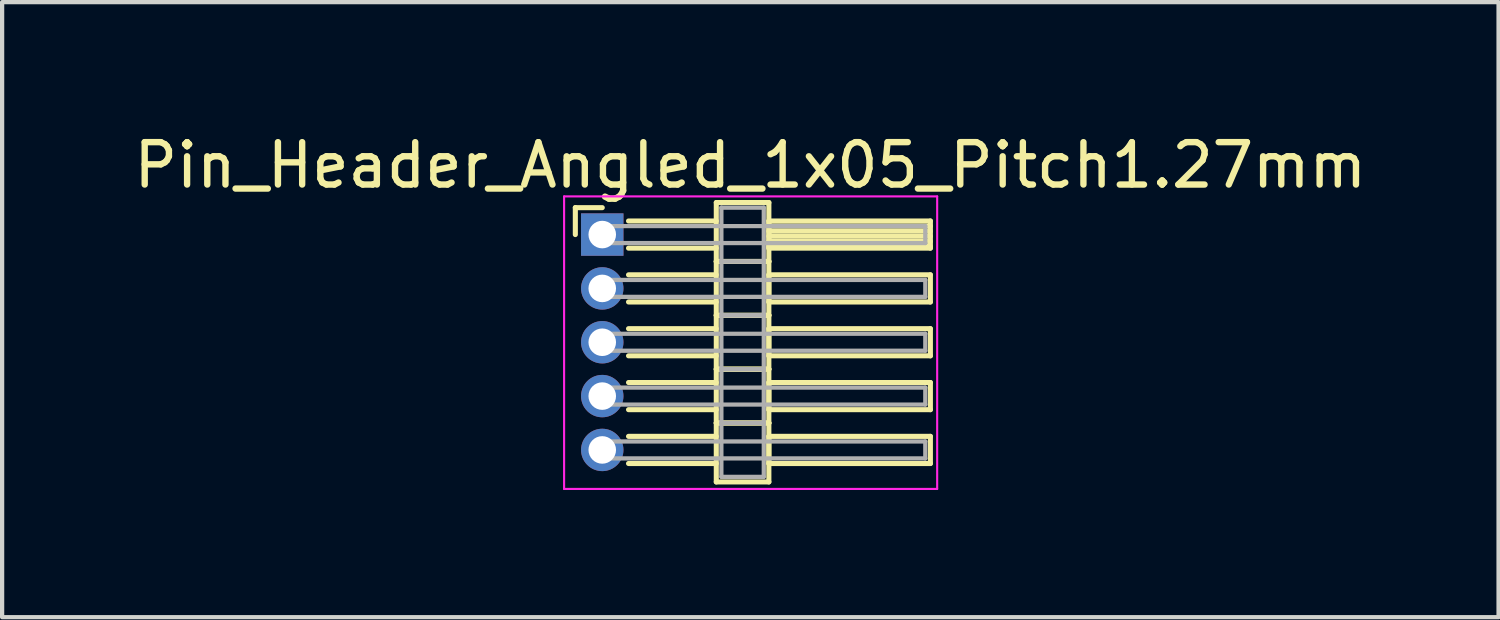
<source format=kicad_pcb>
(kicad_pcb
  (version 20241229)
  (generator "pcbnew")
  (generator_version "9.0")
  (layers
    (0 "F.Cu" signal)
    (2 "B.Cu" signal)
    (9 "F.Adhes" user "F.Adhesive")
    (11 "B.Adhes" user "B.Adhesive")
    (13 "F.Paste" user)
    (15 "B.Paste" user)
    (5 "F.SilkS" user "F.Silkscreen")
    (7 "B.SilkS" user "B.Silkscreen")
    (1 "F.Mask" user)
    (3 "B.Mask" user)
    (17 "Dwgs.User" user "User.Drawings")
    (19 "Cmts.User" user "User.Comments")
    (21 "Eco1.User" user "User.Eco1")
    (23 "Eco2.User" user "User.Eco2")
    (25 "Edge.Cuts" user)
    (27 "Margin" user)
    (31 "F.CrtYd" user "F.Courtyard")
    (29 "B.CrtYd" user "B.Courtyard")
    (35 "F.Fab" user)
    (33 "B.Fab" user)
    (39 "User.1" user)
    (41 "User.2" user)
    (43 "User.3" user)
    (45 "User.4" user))
  (footprint "Pin_Header_Angled_1x05_Pitch1.27mm"
    (layer "F.Cu")
    (at 11.156 2.483)
    (property "Reference" "Pin_Header_Angled_1x05_Pitch1.27mm" (at 3.493 -1.635 0) (layer "F.SilkS") (effects (font (size 1 1) (thickness 0.15))))
    (attr through_hole)
    (fp_line (start -0.635 -0.635) (end 0 -0.635) (stroke (width 0.12) (type solid)) (layer "F.SilkS"))
    (fp_line (start -0.635 0) (end -0.635 -0.635) (stroke (width 0.12) (type solid)) (layer "F.SilkS"))
    (fp_line (start 0.62 -0.32) (end 2.69 -0.32) (stroke (width 0.12) (type solid)) (layer "F.SilkS"))
    (fp_line (start 0.62 0.32) (end 2.69 0.32) (stroke (width 0.12) (type solid)) (layer "F.SilkS"))
    (fp_line (start 0.62 0.95) (end 2.69 0.95) (stroke (width 0.12) (type solid)) (layer "F.SilkS"))
    (fp_line (start 0.62 1.59) (end 2.69 1.59) (stroke (width 0.12) (type solid)) (layer "F.SilkS"))
    (fp_line (start 0.62 2.22) (end 2.69 2.22) (stroke (width 0.12) (type solid)) (layer "F.SilkS"))
    (fp_line (start 0.62 2.86) (end 2.69 2.86) (stroke (width 0.12) (type solid)) (layer "F.SilkS"))
    (fp_line (start 0.62 3.49) (end 2.69 3.49) (stroke (width 0.12) (type solid)) (layer "F.SilkS"))
    (fp_line (start 0.62 4.13) (end 2.69 4.13) (stroke (width 0.12) (type solid)) (layer "F.SilkS"))
    (fp_line (start 0.62 4.76) (end 2.69 4.76) (stroke (width 0.12) (type solid)) (layer "F.SilkS"))
    (fp_line (start 0.62 5.4) (end 2.69 5.4) (stroke (width 0.12) (type solid)) (layer "F.SilkS"))
    (fp_line (start 2.69 -0.755) (end 2.69 0.635) (stroke (width 0.12) (type solid)) (layer "F.SilkS"))
    (fp_line (start 2.69 0.635) (end 2.69 1.905) (stroke (width 0.12) (type solid)) (layer "F.SilkS"))
    (fp_line (start 2.69 0.635) (end 3.93 0.635) (stroke (width 0.12) (type solid)) (layer "F.SilkS"))
    (fp_line (start 2.69 1.905) (end 2.69 3.175) (stroke (width 0.12) (type solid)) (layer "F.SilkS"))
    (fp_line (start 2.69 1.905) (end 3.93 1.905) (stroke (width 0.12) (type solid)) (layer "F.SilkS"))
    (fp_line (start 2.69 3.175) (end 2.69 4.445) (stroke (width 0.12) (type solid)) (layer "F.SilkS"))
    (fp_line (start 2.69 3.175) (end 3.93 3.175) (stroke (width 0.12) (type solid)) (layer "F.SilkS"))
    (fp_line (start 2.69 4.445) (end 2.69 5.835) (stroke (width 0.12) (type solid)) (layer "F.SilkS"))
    (fp_line (start 2.69 4.445) (end 3.93 4.445) (stroke (width 0.12) (type solid)) (layer "F.SilkS"))
    (fp_line (start 2.69 5.835) (end 3.93 5.835) (stroke (width 0.12) (type solid)) (layer "F.SilkS"))
    (fp_line (start 3.93 -0.755) (end 2.69 -0.755) (stroke (width 0.12) (type solid)) (layer "F.SilkS"))
    (fp_line (start 3.93 -0.32) (end 3.93 0.32) (stroke (width 0.12) (type solid)) (layer "F.SilkS"))
    (fp_line (start 3.93 -0.2) (end 7.74 -0.2) (stroke (width 0.12) (type solid)) (layer "F.SilkS"))
    (fp_line (start 3.93 -0.08) (end 7.74 -0.08) (stroke (width 0.12) (type solid)) (layer "F.SilkS"))
    (fp_line (start 3.93 0.04) (end 7.74 0.04) (stroke (width 0.12) (type solid)) (layer "F.SilkS"))
    (fp_line (start 3.93 0.16) (end 7.74 0.16) (stroke (width 0.12) (type solid)) (layer "F.SilkS"))
    (fp_line (start 3.93 0.28) (end 7.74 0.28) (stroke (width 0.12) (type solid)) (layer "F.SilkS"))
    (fp_line (start 3.93 0.32) (end 7.74 0.32) (stroke (width 0.12) (type solid)) (layer "F.SilkS"))
    (fp_line (start 3.93 0.635) (end 2.69 0.635) (stroke (width 0.12) (type solid)) (layer "F.SilkS"))
    (fp_line (start 3.93 0.635) (end 3.93 -0.755) (stroke (width 0.12) (type solid)) (layer "F.SilkS"))
    (fp_line (start 3.93 0.95) (end 3.93 1.59) (stroke (width 0.12) (type solid)) (layer "F.SilkS"))
    (fp_line (start 3.93 1.59) (end 7.74 1.59) (stroke (width 0.12) (type solid)) (layer "F.SilkS"))
    (fp_line (start 3.93 1.905) (end 2.69 1.905) (stroke (width 0.12) (type solid)) (layer "F.SilkS"))
    (fp_line (start 3.93 1.905) (end 3.93 0.635) (stroke (width 0.12) (type solid)) (layer "F.SilkS"))
    (fp_line (start 3.93 2.22) (end 3.93 2.86) (stroke (width 0.12) (type solid)) (layer "F.SilkS"))
    (fp_line (start 3.93 2.86) (end 7.74 2.86) (stroke (width 0.12) (type solid)) (layer "F.SilkS"))
    (fp_line (start 3.93 3.175) (end 2.69 3.175) (stroke (width 0.12) (type solid)) (layer "F.SilkS"))
    (fp_line (start 3.93 3.175) (end 3.93 1.905) (stroke (width 0.12) (type solid)) (layer "F.SilkS"))
    (fp_line (start 3.93 3.49) (end 3.93 4.13) (stroke (width 0.12) (type solid)) (layer "F.SilkS"))
    (fp_line (start 3.93 4.13) (end 7.74 4.13) (stroke (width 0.12) (type solid)) (layer "F.SilkS"))
    (fp_line (start 3.93 4.445) (end 2.69 4.445) (stroke (width 0.12) (type solid)) (layer "F.SilkS"))
    (fp_line (start 3.93 4.445) (end 3.93 3.175) (stroke (width 0.12) (type solid)) (layer "F.SilkS"))
    (fp_line (start 3.93 4.76) (end 3.93 5.4) (stroke (width 0.12) (type solid)) (layer "F.SilkS"))
    (fp_line (start 3.93 5.4) (end 7.74 5.4) (stroke (width 0.12) (type solid)) (layer "F.SilkS"))
    (fp_line (start 3.93 5.835) (end 3.93 4.445) (stroke (width 0.12) (type solid)) (layer "F.SilkS"))
    (fp_line (start 7.74 -0.32) (end 3.93 -0.32) (stroke (width 0.12) (type solid)) (layer "F.SilkS"))
    (fp_line (start 7.74 0.32) (end 7.74 -0.32) (stroke (width 0.12) (type solid)) (layer "F.SilkS"))
    (fp_line (start 7.74 0.95) (end 3.93 0.95) (stroke (width 0.12) (type solid)) (layer "F.SilkS"))
    (fp_line (start 7.74 1.59) (end 7.74 0.95) (stroke (width 0.12) (type solid)) (layer "F.SilkS"))
    (fp_line (start 7.74 2.22) (end 3.93 2.22) (stroke (width 0.12) (type solid)) (layer "F.SilkS"))
    (fp_line (start 7.74 2.86) (end 7.74 2.22) (stroke (width 0.12) (type solid)) (layer "F.SilkS"))
    (fp_line (start 7.74 3.49) (end 3.93 3.49) (stroke (width 0.12) (type solid)) (layer "F.SilkS"))
    (fp_line (start 7.74 4.13) (end 7.74 3.49) (stroke (width 0.12) (type solid)) (layer "F.SilkS"))
    (fp_line (start 7.74 4.76) (end 3.93 4.76) (stroke (width 0.12) (type solid)) (layer "F.SilkS"))
    (fp_line (start 7.74 5.4) (end 7.74 4.76) (stroke (width 0.12) (type solid)) (layer "F.SilkS"))
    (fp_line (start -0.9 -0.9) (end -0.9 6) (stroke (width 0.05) (type solid)) (layer "F.CrtYd"))
    (fp_line (start -0.9 6) (end 7.9 6) (stroke (width 0.05) (type solid)) (layer "F.CrtYd"))
    (fp_line (start 7.9 -0.9) (end -0.9 -0.9) (stroke (width 0.05) (type solid)) (layer "F.CrtYd"))
    (fp_line (start 7.9 6) (end 7.9 -0.9) (stroke (width 0.05) (type solid)) (layer "F.CrtYd"))
    (fp_line (start 0 -0.2) (end 0 0.2) (stroke (width 0.1) (type solid)) (layer "F.Fab"))
    (fp_line (start 0 0.2) (end 7.62 0.2) (stroke (width 0.1) (type solid)) (layer "F.Fab"))
    (fp_line (start 0 1.07) (end 0 1.47) (stroke (width 0.1) (type solid)) (layer "F.Fab"))
    (fp_line (start 0 1.47) (end 7.62 1.47) (stroke (width 0.1) (type solid)) (layer "F.Fab"))
    (fp_line (start 0 2.34) (end 0 2.74) (stroke (width 0.1) (type solid)) (layer "F.Fab"))
    (fp_line (start 0 2.74) (end 7.62 2.74) (stroke (width 0.1) (type solid)) (layer "F.Fab"))
    (fp_line (start 0 3.61) (end 0 4.01) (stroke (width 0.1) (type solid)) (layer "F.Fab"))
    (fp_line (start 0 4.01) (end 7.62 4.01) (stroke (width 0.1) (type solid)) (layer "F.Fab"))
    (fp_line (start 0 4.88) (end 0 5.28) (stroke (width 0.1) (type solid)) (layer "F.Fab"))
    (fp_line (start 0 5.28) (end 7.62 5.28) (stroke (width 0.1) (type solid)) (layer "F.Fab"))
    (fp_line (start 2.81 -0.635) (end 2.81 0.635) (stroke (width 0.1) (type solid)) (layer "F.Fab"))
    (fp_line (start 2.81 0.635) (end 2.81 1.905) (stroke (width 0.1) (type solid)) (layer "F.Fab"))
    (fp_line (start 2.81 0.635) (end 3.81 0.635) (stroke (width 0.1) (type solid)) (layer "F.Fab"))
    (fp_line (start 2.81 1.905) (end 2.81 3.175) (stroke (width 0.1) (type solid)) (layer "F.Fab"))
    (fp_line (start 2.81 1.905) (end 3.81 1.905) (stroke (width 0.1) (type solid)) (layer "F.Fab"))
    (fp_line (start 2.81 3.175) (end 2.81 4.445) (stroke (width 0.1) (type solid)) (layer "F.Fab"))
    (fp_line (start 2.81 3.175) (end 3.81 3.175) (stroke (width 0.1) (type solid)) (layer "F.Fab"))
    (fp_line (start 2.81 4.445) (end 2.81 5.715) (stroke (width 0.1) (type solid)) (layer "F.Fab"))
    (fp_line (start 2.81 4.445) (end 3.81 4.445) (stroke (width 0.1) (type solid)) (layer "F.Fab"))
    (fp_line (start 2.81 5.715) (end 3.81 5.715) (stroke (width 0.1) (type solid)) (layer "F.Fab"))
    (fp_line (start 3.81 -0.635) (end 2.81 -0.635) (stroke (width 0.1) (type solid)) (layer "F.Fab"))
    (fp_line (start 3.81 0.635) (end 2.81 0.635) (stroke (width 0.1) (type solid)) (layer "F.Fab"))
    (fp_line (start 3.81 0.635) (end 3.81 -0.635) (stroke (width 0.1) (type solid)) (layer "F.Fab"))
    (fp_line (start 3.81 1.905) (end 2.81 1.905) (stroke (width 0.1) (type solid)) (layer "F.Fab"))
    (fp_line (start 3.81 1.905) (end 3.81 0.635) (stroke (width 0.1) (type solid)) (layer "F.Fab"))
    (fp_line (start 3.81 3.175) (end 2.81 3.175) (stroke (width 0.1) (type solid)) (layer "F.Fab"))
    (fp_line (start 3.81 3.175) (end 3.81 1.905) (stroke (width 0.1) (type solid)) (layer "F.Fab"))
    (fp_line (start 3.81 4.445) (end 2.81 4.445) (stroke (width 0.1) (type solid)) (layer "F.Fab"))
    (fp_line (start 3.81 4.445) (end 3.81 3.175) (stroke (width 0.1) (type solid)) (layer "F.Fab"))
    (fp_line (start 3.81 5.715) (end 3.81 4.445) (stroke (width 0.1) (type solid)) (layer "F.Fab"))
    (fp_line (start 7.62 -0.2) (end 0 -0.2) (stroke (width 0.1) (type solid)) (layer "F.Fab"))
    (fp_line (start 7.62 0.2) (end 7.62 -0.2) (stroke (width 0.1) (type solid)) (layer "F.Fab"))
    (fp_line (start 7.62 1.07) (end 0 1.07) (stroke (width 0.1) (type solid)) (layer "F.Fab"))
    (fp_line (start 7.62 1.47) (end 7.62 1.07) (stroke (width 0.1) (type solid)) (layer "F.Fab"))
    (fp_line (start 7.62 2.34) (end 0 2.34) (stroke (width 0.1) (type solid)) (layer "F.Fab"))
    (fp_line (start 7.62 2.74) (end 7.62 2.34) (stroke (width 0.1) (type solid)) (layer "F.Fab"))
    (fp_line (start 7.62 3.61) (end 0 3.61) (stroke (width 0.1) (type solid)) (layer "F.Fab"))
    (fp_line (start 7.62 4.01) (end 7.62 3.61) (stroke (width 0.1) (type solid)) (layer "F.Fab"))
    (fp_line (start 7.62 4.88) (end 0 4.88) (stroke (width 0.1) (type solid)) (layer "F.Fab"))
    (fp_line (start 7.62 5.28) (end 7.62 4.88) (stroke (width 0.1) (type solid)) (layer "F.Fab"))
    (pad "1" thru_hole rect (at 0 0) (size 1 1) (drill 0.65) (layers "*.Cu" "*.Mask"))
    (pad "2" thru_hole oval (at 0 1.27) (size 1 1) (drill 0.65) (layers "*.Cu" "*.Mask"))
    (pad "3" thru_hole oval (at 0 2.54) (size 1 1) (drill 0.65) (layers "*.Cu" "*.Mask"))
    (pad "4" thru_hole oval (at 0 3.81) (size 1 1) (drill 0.65) (layers "*.Cu" "*.Mask"))
    (pad "5" thru_hole oval (at 0 5.08) (size 1 1) (drill 0.65) (layers "*.Cu" "*.Mask")))
  (gr_rect
    (start -3 -3)
    (end 32.298 11.508)
    (stroke (width 0.1) (type default))
    (fill no)
    (layer "Edge.Cuts")))
</source>
